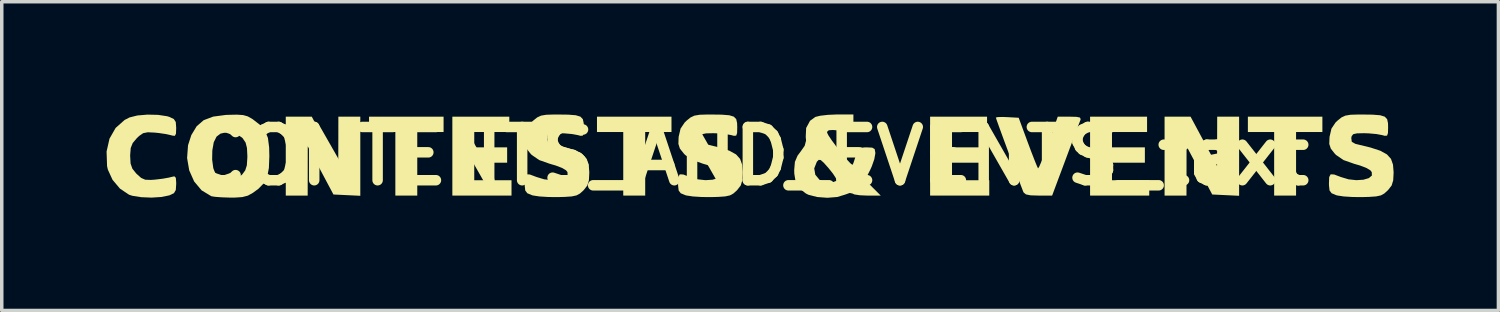
<source format=kicad_pcb>
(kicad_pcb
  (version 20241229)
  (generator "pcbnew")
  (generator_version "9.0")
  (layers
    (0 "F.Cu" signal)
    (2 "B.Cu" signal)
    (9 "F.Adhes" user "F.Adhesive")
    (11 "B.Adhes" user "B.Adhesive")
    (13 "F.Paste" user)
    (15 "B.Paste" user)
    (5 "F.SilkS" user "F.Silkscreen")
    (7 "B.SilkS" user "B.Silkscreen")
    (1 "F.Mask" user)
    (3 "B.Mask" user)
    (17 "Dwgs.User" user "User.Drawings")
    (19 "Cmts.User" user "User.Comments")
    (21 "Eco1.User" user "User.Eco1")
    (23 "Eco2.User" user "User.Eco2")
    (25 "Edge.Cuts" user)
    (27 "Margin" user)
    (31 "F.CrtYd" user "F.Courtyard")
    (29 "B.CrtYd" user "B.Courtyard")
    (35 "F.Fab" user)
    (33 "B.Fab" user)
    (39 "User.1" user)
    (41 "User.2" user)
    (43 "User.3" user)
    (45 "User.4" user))
  (footprint "CONTENTS_AND_EVENTS_text"
    (layer "F.Cu")
    (at 18.424 1.418)
    (property "Reference" "CONTENTS_AND_EVENTS_text" (at 0 0 0) (layer "F.SilkS") (effects (font (size 1.524 1.524) (thickness 0.3))))
    (attr board_only exclude_from_pos_files exclude_from_bom)
    (fp_poly (pts (xy -8.78 -0.69) (xy -9.533 -0.69) (xy -9.533 1.129) (xy -10.16 1.129) (xy -10.16 -0.69) (xy -10.913 -0.69) (xy -10.913 -1.129) (xy -8.78 -1.129)) (stroke (width 0) (type solid)) (fill yes) (layer "F.SilkS"))
    (fp_poly (pts (xy -2.258 -0.69) (xy -3.01 -0.69) (xy -3.01 1.129) (xy -3.638 1.129) (xy -3.638 -0.69) (xy -4.39 -0.69) (xy -4.39 -1.129) (xy -2.258 -1.129)) (stroke (width 0) (type solid)) (fill yes) (layer "F.SilkS"))
    (fp_poly (pts (xy 16.369 -0.69) (xy 15.616 -0.69) (xy 15.616 1.129) (xy 14.989 1.129) (xy 14.989 -0.69) (xy 14.237 -0.69) (xy 14.237 -1.129) (xy 16.369 -1.129)) (stroke (width 0) (type solid)) (fill yes) (layer "F.SilkS"))
    (fp_poly (pts (xy -6.899 -0.69) (xy -7.902 -0.69) (xy -7.902 -0.251) (xy -6.961 -0.251) (xy -6.961 0.188) (xy -7.902 0.188) (xy -7.902 0.69) (xy -6.836 0.69) (xy -6.836 1.129) (xy -8.529 1.129) (xy -8.529 -1.129) (xy -6.899 -1.129)) (stroke (width 0) (type solid)) (fill yes) (layer "F.SilkS"))
    (fp_poly (pts (xy 6.773 -0.69) (xy 5.77 -0.69) (xy 5.77 -0.251) (xy 6.711 -0.251) (xy 6.711 0.188) (xy 5.77 0.188) (xy 5.77 0.69) (xy 6.836 0.69) (xy 6.836 1.129) (xy 5.143 1.129) (xy 5.143 -1.129) (xy 6.773 -1.129)) (stroke (width 0) (type solid)) (fill yes) (layer "F.SilkS"))
    (fp_poly (pts (xy 11.352 -0.69) (xy 10.348 -0.69) (xy 10.348 -0.251) (xy 11.289 -0.251) (xy 11.289 0.188) (xy 10.348 0.188) (xy 10.348 0.69) (xy 11.414 0.69) (xy 11.414 1.129) (xy 9.721 1.129) (xy 9.721 -1.129) (xy 11.352 -1.129)) (stroke (width 0) (type solid)) (fill yes) (layer "F.SilkS"))
    (fp_poly (pts (xy -12.173 -0.423) (xy -11.794 0.282) (xy -11.792 -0.423) (xy -11.791 -1.129) (xy -11.163 -1.129) (xy -11.163 1.135) (xy -11.932 1.098) (xy -12.299 0.408) (xy -12.667 -0.282) (xy -12.668 0.423) (xy -12.669 1.129) (xy -13.296 1.129) (xy -13.296 -1.129) (xy -12.552 -1.129)) (stroke (width 0) (type solid)) (fill yes) (layer "F.SilkS"))
    (fp_poly (pts (xy 12.976 -0.423) (xy 13.355 0.282) (xy 13.357 -0.423) (xy 13.359 -1.129) (xy 13.986 -1.129) (xy 13.986 1.135) (xy 13.217 1.098) (xy 12.85 0.408) (xy 12.482 -0.282) (xy 12.481 0.423) (xy 12.48 1.129) (xy 11.853 1.129) (xy 11.853 -1.129) (xy 12.597 -1.129)) (stroke (width 0) (type solid)) (fill yes) (layer "F.SilkS"))
    (fp_poly (pts (xy 9.335 -1.124) (xy 9.431 -1.104) (xy 9.452 -1.059) (xy 9.44 -1.019) (xy 9.404 -0.926) (xy 9.333 -0.737) (xy 9.234 -0.474) (xy 9.116 -0.159) (xy 9.016 0.11) (xy 8.635 1.129) (xy 8.244 1.129) (xy 8.017 1.122) (xy 7.886 1.095) (xy 7.821 1.042) (xy 7.809 1.019) (xy 7.745 0.853) (xy 7.656 0.617) (xy 7.549 0.334) (xy 7.435 0.026) (xy 7.32 -0.285) (xy 7.213 -0.575) (xy 7.123 -0.822) (xy 7.058 -1.003) (xy 7.026 -1.096) (xy 7.024 -1.103) (xy 7.081 -1.118) (xy 7.225 -1.121) (xy 7.351 -1.116) (xy 7.678 -1.098) (xy 7.94 -0.388) (xy 8.044 -0.111) (xy 8.134 0.121) (xy 8.2 0.283) (xy 8.232 0.351) (xy 8.232 0.351) (xy 8.263 0.307) (xy 8.325 0.165) (xy 8.411 -0.053) (xy 8.512 -0.326) (xy 8.529 -0.374) (xy 8.796 -1.129) (xy 9.14 -1.129)) (stroke (width 0) (type solid)) (fill yes) (layer "F.SilkS"))
    (fp_poly (pts (xy -16.953 -1.181) (xy -16.693 -1.142) (xy -16.629 -1.123) (xy -16.501 -1.063) (xy -16.444 -0.976) (xy -16.432 -0.813) (xy -16.432 -0.802) (xy -16.438 -0.643) (xy -16.469 -0.581) (xy -16.546 -0.588) (xy -16.573 -0.597) (xy -16.717 -0.63) (xy -16.926 -0.661) (xy -17.042 -0.673) (xy -17.245 -0.683) (xy -17.377 -0.657) (xy -17.491 -0.578) (xy -17.56 -0.512) (xy -17.677 -0.374) (xy -17.733 -0.232) (xy -17.749 -0.03) (xy -17.749 0) (xy -17.737 0.213) (xy -17.686 0.359) (xy -17.577 0.495) (xy -17.56 0.512) (xy -17.434 0.624) (xy -17.318 0.675) (xy -17.159 0.681) (xy -17.042 0.673) (xy -16.824 0.647) (xy -16.638 0.614) (xy -16.573 0.597) (xy -16.483 0.578) (xy -16.442 0.621) (xy -16.432 0.754) (xy -16.432 0.802) (xy -16.443 0.97) (xy -16.496 1.06) (xy -16.62 1.12) (xy -16.629 1.123) (xy -16.854 1.169) (xy -17.139 1.187) (xy -17.433 1.175) (xy -17.683 1.136) (xy -17.781 1.104) (xy -18.04 0.931) (xy -18.254 0.677) (xy -18.388 0.385) (xy -18.41 0.285) (xy -18.424 -0.131) (xy -18.34 -0.501) (xy -18.165 -0.807) (xy -17.908 -1.035) (xy -17.767 -1.107) (xy -17.545 -1.163) (xy -17.256 -1.188)) (stroke (width 0) (type solid)) (fill yes) (layer "F.SilkS"))
    (fp_poly (pts (xy -14.516 -1.175) (xy -14.385 -1.138) (xy -14.262 -1.069) (xy -14.242 -1.056) (xy -14.028 -0.89) (xy -13.888 -0.723) (xy -13.807 -0.521) (xy -13.772 -0.252) (xy -13.766 0) (xy -13.779 0.338) (xy -13.826 0.586) (xy -13.922 0.774) (xy -14.081 0.937) (xy -14.236 1.05) (xy -14.379 1.13) (xy -14.54 1.172) (xy -14.762 1.187) (xy -14.889 1.187) (xy -15.124 1.179) (xy -15.317 1.165) (xy -15.427 1.147) (xy -15.428 1.146) (xy -15.705 0.979) (xy -15.918 0.725) (xy -16.059 0.408) (xy -16.112 0.1) (xy -15.403 0.1) (xy -15.37 0.346) (xy -15.3 0.528) (xy -15.277 0.558) (xy -15.099 0.67) (xy -14.88 0.691) (xy -14.665 0.622) (xy -14.546 0.529) (xy -14.456 0.408) (xy -14.41 0.263) (xy -14.396 0.048) (xy -14.395 0) (xy -14.406 -0.232) (xy -14.445 -0.386) (xy -14.527 -0.508) (xy -14.546 -0.529) (xy -14.737 -0.656) (xy -14.958 -0.694) (xy -15.168 -0.642) (xy -15.277 -0.558) (xy -15.357 -0.397) (xy -15.398 -0.163) (xy -15.403 0.1) (xy -16.112 0.1) (xy -16.12 0.055) (xy -16.093 -0.311) (xy -15.999 -0.602) (xy -15.846 -0.855) (xy -15.646 -1.028) (xy -15.374 -1.131) (xy -15.01 -1.179) (xy -14.958 -1.181) (xy -14.694 -1.187)) (stroke (width 0) (type solid)) (fill yes) (layer "F.SilkS"))
    (fp_poly (pts (xy -5.212 -1.187) (xy -4.996 -1.17) (xy -4.864 -1.13) (xy -4.795 -1.058) (xy -4.77 -0.944) (xy -4.766 -0.833) (xy -4.77 -0.661) (xy -4.796 -0.586) (xy -4.865 -0.582) (xy -4.939 -0.602) (xy -5.102 -0.632) (xy -5.326 -0.652) (xy -5.456 -0.656) (xy -5.656 -0.652) (xy -5.763 -0.629) (xy -5.809 -0.574) (xy -5.821 -0.52) (xy -5.807 -0.41) (xy -5.703 -0.351) (xy -5.664 -0.342) (xy -5.274 -0.247) (xy -4.992 -0.155) (xy -4.801 -0.05) (xy -4.685 0.078) (xy -4.627 0.243) (xy -4.61 0.458) (xy -4.61 0.476) (xy -4.621 0.693) (xy -4.666 0.84) (xy -4.764 0.966) (xy -4.783 0.986) (xy -4.878 1.071) (xy -4.976 1.124) (xy -5.111 1.153) (xy -5.316 1.167) (xy -5.505 1.172) (xy -5.782 1.17) (xy -6.036 1.154) (xy -6.221 1.126) (xy -6.256 1.116) (xy -6.384 1.062) (xy -6.443 0.983) (xy -6.459 0.837) (xy -6.46 0.775) (xy -6.452 0.6) (xy -6.412 0.521) (xy -6.312 0.525) (xy -6.126 0.595) (xy -6.124 0.596) (xy -5.899 0.664) (xy -5.675 0.688) (xy -5.473 0.675) (xy -5.318 0.629) (xy -5.231 0.555) (xy -5.234 0.458) (xy -5.276 0.405) (xy -5.383 0.341) (xy -5.569 0.269) (xy -5.741 0.219) (xy -6.042 0.113) (xy -6.256 -0.033) (xy -6.294 -0.073) (xy -6.407 -0.215) (xy -6.45 -0.349) (xy -6.444 -0.536) (xy -6.442 -0.556) (xy -6.388 -0.788) (xy -6.27 -0.963) (xy -6.214 -1.017) (xy -6.102 -1.107) (xy -5.991 -1.159) (xy -5.842 -1.184) (xy -5.616 -1.191) (xy -5.534 -1.191)) (stroke (width 0) (type solid)) (fill yes) (layer "F.SilkS"))
    (fp_poly (pts (xy -0.822 -1.187) (xy -0.606 -1.17) (xy -0.474 -1.13) (xy -0.405 -1.058) (xy -0.38 -0.944) (xy -0.376 -0.833) (xy -0.38 -0.661) (xy -0.406 -0.586) (xy -0.475 -0.582) (xy -0.549 -0.602) (xy -0.712 -0.632) (xy -0.936 -0.652) (xy -1.066 -0.656) (xy -1.266 -0.652) (xy -1.373 -0.629) (xy -1.419 -0.574) (xy -1.431 -0.52) (xy -1.417 -0.41) (xy -1.313 -0.351) (xy -1.274 -0.342) (xy -0.884 -0.247) (xy -0.602 -0.155) (xy -0.411 -0.05) (xy -0.295 0.078) (xy -0.236 0.243) (xy -0.22 0.458) (xy -0.22 0.476) (xy -0.231 0.693) (xy -0.276 0.84) (xy -0.374 0.966) (xy -0.393 0.986) (xy -0.488 1.071) (xy -0.586 1.124) (xy -0.721 1.153) (xy -0.926 1.167) (xy -1.115 1.172) (xy -1.392 1.17) (xy -1.646 1.154) (xy -1.831 1.126) (xy -1.866 1.116) (xy -1.994 1.062) (xy -2.053 0.983) (xy -2.069 0.837) (xy -2.07 0.775) (xy -2.062 0.6) (xy -2.022 0.521) (xy -1.922 0.525) (xy -1.736 0.595) (xy -1.734 0.596) (xy -1.509 0.664) (xy -1.284 0.688) (xy -1.083 0.675) (xy -0.927 0.629) (xy -0.84 0.555) (xy -0.844 0.458) (xy -0.886 0.405) (xy -0.993 0.341) (xy -1.178 0.269) (xy -1.351 0.219) (xy -1.652 0.113) (xy -1.866 -0.033) (xy -1.904 -0.073) (xy -2.017 -0.215) (xy -2.06 -0.349) (xy -2.054 -0.536) (xy -2.052 -0.556) (xy -1.998 -0.788) (xy -1.88 -0.963) (xy -1.824 -1.017) (xy -1.712 -1.107) (xy -1.601 -1.159) (xy -1.451 -1.184) (xy -1.226 -1.191) (xy -1.144 -1.191)) (stroke (width 0) (type solid)) (fill yes) (layer "F.SilkS"))
    (fp_poly (pts (xy 17.804 -1.187) (xy 18.021 -1.17) (xy 18.153 -1.13) (xy 18.222 -1.058) (xy 18.247 -0.944) (xy 18.25 -0.833) (xy 18.246 -0.661) (xy 18.22 -0.586) (xy 18.152 -0.582) (xy 18.078 -0.602) (xy 17.915 -0.632) (xy 17.691 -0.652) (xy 17.56 -0.656) (xy 17.361 -0.652) (xy 17.254 -0.629) (xy 17.208 -0.574) (xy 17.196 -0.52) (xy 17.21 -0.41) (xy 17.314 -0.351) (xy 17.353 -0.342) (xy 17.743 -0.247) (xy 18.025 -0.155) (xy 18.216 -0.05) (xy 18.332 0.078) (xy 18.39 0.243) (xy 18.407 0.458) (xy 18.407 0.476) (xy 18.396 0.693) (xy 18.351 0.84) (xy 18.253 0.966) (xy 18.233 0.986) (xy 18.139 1.071) (xy 18.041 1.124) (xy 17.906 1.153) (xy 17.701 1.167) (xy 17.512 1.172) (xy 17.235 1.17) (xy 16.981 1.154) (xy 16.796 1.126) (xy 16.761 1.116) (xy 16.633 1.062) (xy 16.574 0.983) (xy 16.558 0.837) (xy 16.557 0.775) (xy 16.564 0.6) (xy 16.605 0.521) (xy 16.705 0.525) (xy 16.891 0.595) (xy 16.892 0.596) (xy 17.118 0.664) (xy 17.342 0.688) (xy 17.544 0.675) (xy 17.699 0.629) (xy 17.786 0.555) (xy 17.782 0.458) (xy 17.741 0.405) (xy 17.634 0.341) (xy 17.448 0.269) (xy 17.276 0.219) (xy 16.975 0.113) (xy 16.761 -0.033) (xy 16.722 -0.073) (xy 16.61 -0.215) (xy 16.566 -0.349) (xy 16.573 -0.536) (xy 16.575 -0.556) (xy 16.629 -0.788) (xy 16.746 -0.963) (xy 16.803 -1.017) (xy 16.915 -1.107) (xy 17.026 -1.159) (xy 17.175 -1.184) (xy 17.401 -1.191) (xy 17.483 -1.191)) (stroke (width 0) (type solid)) (fill yes) (layer "F.SilkS"))
    (fp_poly (pts (xy 2.948 -0.692) (xy 2.571 -0.731) (xy 2.36 -0.748) (xy 2.245 -0.741) (xy 2.2 -0.704) (xy 2.195 -0.672) (xy 2.232 -0.596) (xy 2.327 -0.454) (xy 2.459 -0.276) (xy 2.606 -0.089) (xy 2.747 0.08) (xy 2.859 0.202) (xy 2.921 0.251) (xy 2.921 0.251) (xy 2.949 0.197) (xy 2.993 0.061) (xy 3.01 0) (xy 3.062 -0.16) (xy 3.131 -0.231) (xy 3.261 -0.25) (xy 3.326 -0.251) (xy 3.486 -0.243) (xy 3.557 -0.202) (xy 3.575 -0.102) (xy 3.575 -0.073) (xy 3.546 0.088) (xy 3.474 0.294) (xy 3.429 0.393) (xy 3.282 0.682) (xy 3.506 0.905) (xy 3.73 1.129) (xy 3.342 1.129) (xy 3.133 1.12) (xy 2.979 1.097) (xy 2.919 1.07) (xy 2.843 1.054) (xy 2.711 1.101) (xy 2.488 1.169) (xy 2.203 1.192) (xy 1.91 1.17) (xy 1.662 1.106) (xy 1.588 1.069) (xy 1.401 0.924) (xy 1.297 0.748) (xy 1.257 0.504) (xy 1.254 0.394) (xy 1.258 0.351) (xy 1.827 0.351) (xy 1.858 0.533) (xy 1.977 0.676) (xy 2.168 0.749) (xy 2.226 0.753) (xy 2.379 0.739) (xy 2.466 0.706) (xy 2.47 0.702) (xy 2.448 0.632) (xy 2.362 0.5) (xy 2.243 0.35) (xy 2.1 0.189) (xy 2.013 0.112) (xy 1.955 0.107) (xy 1.904 0.159) (xy 1.902 0.161) (xy 1.827 0.351) (xy 1.258 0.351) (xy 1.274 0.165) (xy 1.349 -0.012) (xy 1.436 -0.128) (xy 1.554 -0.296) (xy 1.593 -0.443) (xy 1.584 -0.552) (xy 1.596 -0.806) (xy 1.708 -1.012) (xy 1.86 -1.122) (xy 1.998 -1.156) (xy 2.215 -1.181) (xy 2.466 -1.192) (xy 2.48 -1.192) (xy 2.948 -1.192)) (stroke (width 0) (type solid)) (fill yes) (layer "F.SilkS")))
  (gr_rect
    (start -3 -3)
    (end 39.831 5.836)
    (stroke (width 0.1) (type default))
    (fill no)
    (layer "Edge.Cuts")))
</source>
